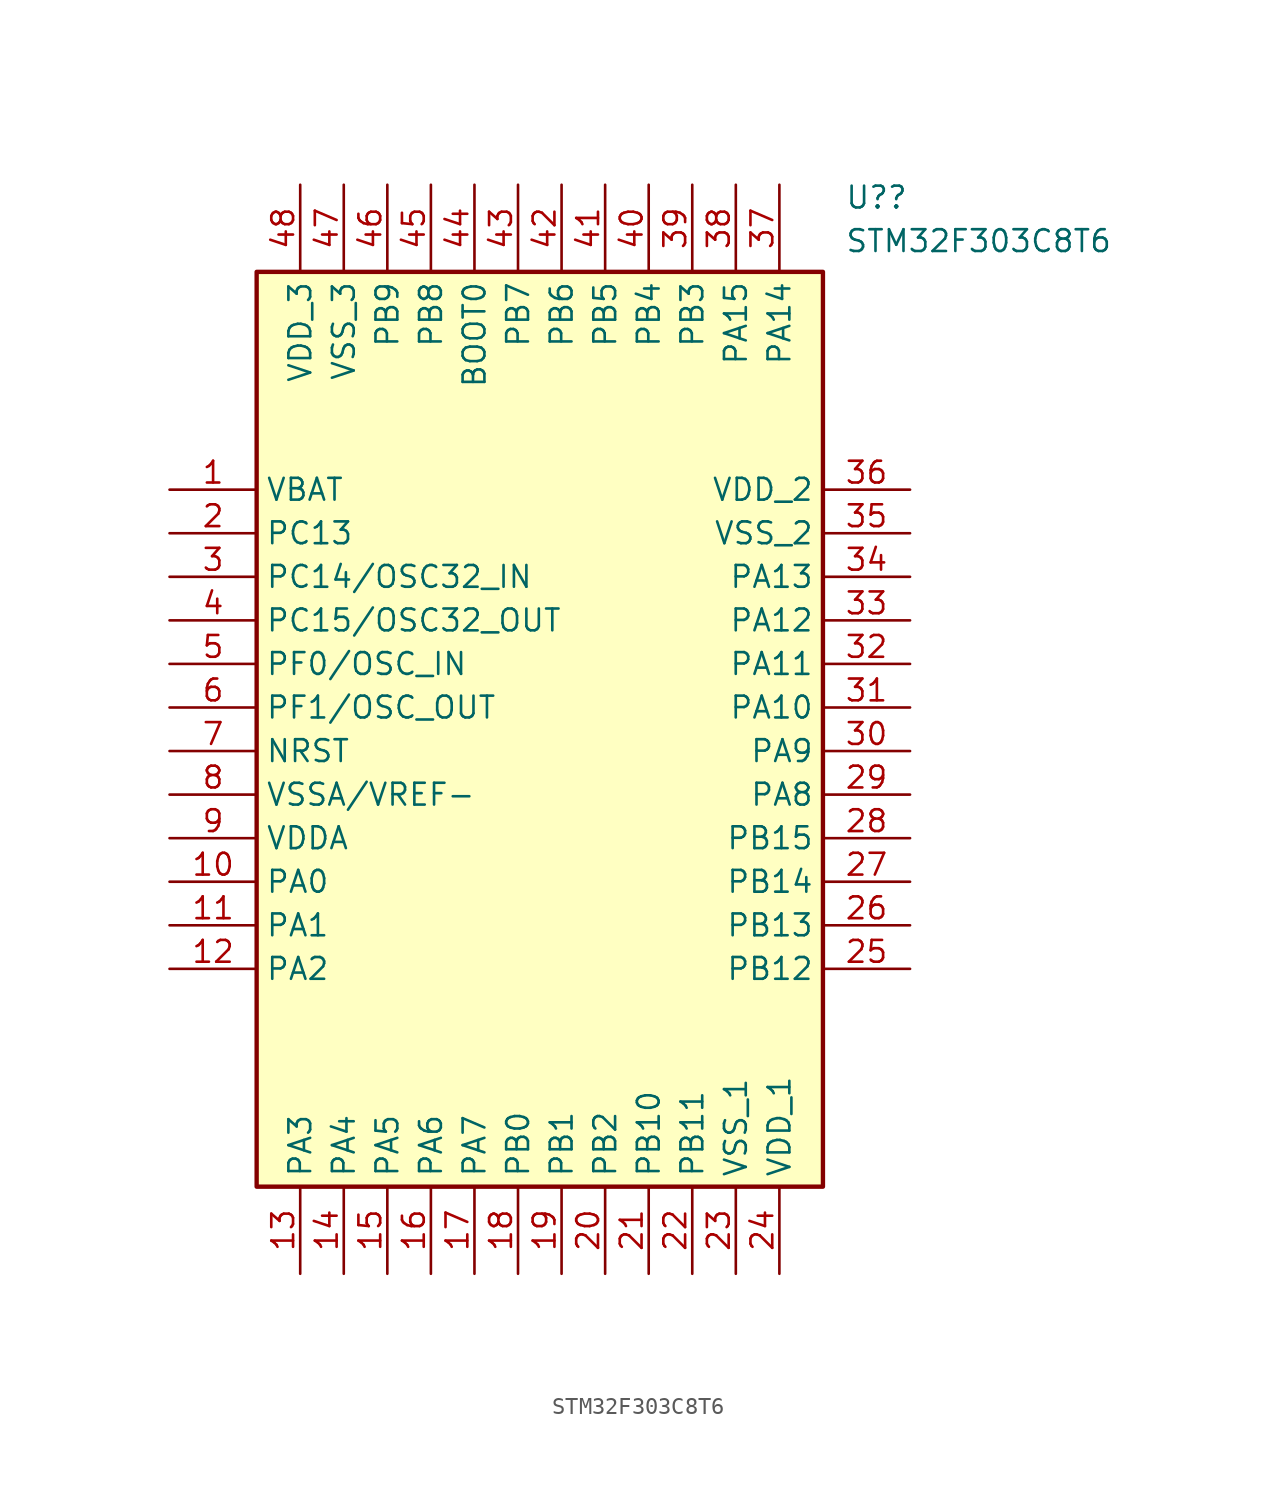
<source format=kicad_sym>
(kicad_symbol_lib
  (version 20220914)
  (generator kicad_symbol_editor)
  (symbol "STM32F303C8T6"
    (property "Reference" "U?"
      (at 39.37 17.78 0)
      (effects (font (size 1.27 1.27)) (justify left top)))
    (property "Value" "STM32F303C8T6"
      (at 39.37 15.24 0)
      (effects (font (size 1.27 1.27)) (justify left top)))
    (symbol "STM32F303C8T6_1_1"
      (rectangle (start 5.08 12.7) (end 38.1 -40.64) (stroke (width 0.254) (type default)) (fill (type background)))
      (pin passive line (at 0 0 0) (length 5.08) (name "VBAT" (effects (font (size 1.27 1.27)))) (number "1" (effects (font (size 1.27 1.27)))))
      (pin passive line (at 0 -22.86 0) (length 5.08) (name "PA0" (effects (font (size 1.27 1.27)))) (number "10" (effects (font (size 1.27 1.27)))))
      (pin passive line (at 0 -25.4 0) (length 5.08) (name "PA1" (effects (font (size 1.27 1.27)))) (number "11" (effects (font (size 1.27 1.27)))))
      (pin passive line (at 0 -27.94 0) (length 5.08) (name "PA2" (effects (font (size 1.27 1.27)))) (number "12" (effects (font (size 1.27 1.27)))))
      (pin passive line (at 7.62 -45.72 90) (length 5.08) (name "PA3" (effects (font (size 1.27 1.27)))) (number "13" (effects (font (size 1.27 1.27)))))
      (pin passive line (at 10.16 -45.72 90) (length 5.08) (name "PA4" (effects (font (size 1.27 1.27)))) (number "14" (effects (font (size 1.27 1.27)))))
      (pin passive line (at 12.7 -45.72 90) (length 5.08) (name "PA5" (effects (font (size 1.27 1.27)))) (number "15" (effects (font (size 1.27 1.27)))))
      (pin passive line (at 15.24 -45.72 90) (length 5.08) (name "PA6" (effects (font (size 1.27 1.27)))) (number "16" (effects (font (size 1.27 1.27)))))
      (pin passive line (at 17.78 -45.72 90) (length 5.08) (name "PA7" (effects (font (size 1.27 1.27)))) (number "17" (effects (font (size 1.27 1.27)))))
      (pin passive line (at 20.32 -45.72 90) (length 5.08) (name "PB0" (effects (font (size 1.27 1.27)))) (number "18" (effects (font (size 1.27 1.27)))))
      (pin passive line (at 22.86 -45.72 90) (length 5.08) (name "PB1" (effects (font (size 1.27 1.27)))) (number "19" (effects (font (size 1.27 1.27)))))
      (pin passive line (at 0 -2.54 0) (length 5.08) (name "PC13" (effects (font (size 1.27 1.27)))) (number "2" (effects (font (size 1.27 1.27)))))
      (pin passive line (at 25.4 -45.72 90) (length 5.08) (name "PB2" (effects (font (size 1.27 1.27)))) (number "20" (effects (font (size 1.27 1.27)))))
      (pin passive line (at 27.94 -45.72 90) (length 5.08) (name "PB10" (effects (font (size 1.27 1.27)))) (number "21" (effects (font (size 1.27 1.27)))))
      (pin passive line (at 30.48 -45.72 90) (length 5.08) (name "PB11" (effects (font (size 1.27 1.27)))) (number "22" (effects (font (size 1.27 1.27)))))
      (pin passive line (at 33.02 -45.72 90) (length 5.08) (name "VSS_1" (effects (font (size 1.27 1.27)))) (number "23" (effects (font (size 1.27 1.27)))))
      (pin passive line (at 35.56 -45.72 90) (length 5.08) (name "VDD_1" (effects (font (size 1.27 1.27)))) (number "24" (effects (font (size 1.27 1.27)))))
      (pin passive line (at 43.18 -27.94 180) (length 5.08) (name "PB12" (effects (font (size 1.27 1.27)))) (number "25" (effects (font (size 1.27 1.27)))))
      (pin passive line (at 43.18 -25.4 180) (length 5.08) (name "PB13" (effects (font (size 1.27 1.27)))) (number "26" (effects (font (size 1.27 1.27)))))
      (pin passive line (at 43.18 -22.86 180) (length 5.08) (name "PB14" (effects (font (size 1.27 1.27)))) (number "27" (effects (font (size 1.27 1.27)))))
      (pin passive line (at 43.18 -20.32 180) (length 5.08) (name "PB15" (effects (font (size 1.27 1.27)))) (number "28" (effects (font (size 1.27 1.27)))))
      (pin passive line (at 43.18 -17.78 180) (length 5.08) (name "PA8" (effects (font (size 1.27 1.27)))) (number "29" (effects (font (size 1.27 1.27)))))
      (pin passive line (at 0 -5.08 0) (length 5.08) (name "PC14/OSC32_IN" (effects (font (size 1.27 1.27)))) (number "3" (effects (font (size 1.27 1.27)))))
      (pin passive line (at 43.18 -15.24 180) (length 5.08) (name "PA9" (effects (font (size 1.27 1.27)))) (number "30" (effects (font (size 1.27 1.27)))))
      (pin passive line (at 43.18 -12.7 180) (length 5.08) (name "PA10" (effects (font (size 1.27 1.27)))) (number "31" (effects (font (size 1.27 1.27)))))
      (pin passive line (at 43.18 -10.16 180) (length 5.08) (name "PA11" (effects (font (size 1.27 1.27)))) (number "32" (effects (font (size 1.27 1.27)))))
      (pin passive line (at 43.18 -7.62 180) (length 5.08) (name "PA12" (effects (font (size 1.27 1.27)))) (number "33" (effects (font (size 1.27 1.27)))))
      (pin passive line (at 43.18 -5.08 180) (length 5.08) (name "PA13" (effects (font (size 1.27 1.27)))) (number "34" (effects (font (size 1.27 1.27)))))
      (pin passive line (at 43.18 -2.54 180) (length 5.08) (name "VSS_2" (effects (font (size 1.27 1.27)))) (number "35" (effects (font (size 1.27 1.27)))))
      (pin passive line (at 43.18 0 180) (length 5.08) (name "VDD_2" (effects (font (size 1.27 1.27)))) (number "36" (effects (font (size 1.27 1.27)))))
      (pin passive line (at 35.56 17.78 270) (length 5.08) (name "PA14" (effects (font (size 1.27 1.27)))) (number "37" (effects (font (size 1.27 1.27)))))
      (pin passive line (at 33.02 17.78 270) (length 5.08) (name "PA15" (effects (font (size 1.27 1.27)))) (number "38" (effects (font (size 1.27 1.27)))))
      (pin passive line (at 30.48 17.78 270) (length 5.08) (name "PB3" (effects (font (size 1.27 1.27)))) (number "39" (effects (font (size 1.27 1.27)))))
      (pin passive line (at 0 -7.62 0) (length 5.08) (name "PC15/OSC32_OUT" (effects (font (size 1.27 1.27)))) (number "4" (effects (font (size 1.27 1.27)))))
      (pin passive line (at 27.94 17.78 270) (length 5.08) (name "PB4" (effects (font (size 1.27 1.27)))) (number "40" (effects (font (size 1.27 1.27)))))
      (pin passive line (at 25.4 17.78 270) (length 5.08) (name "PB5" (effects (font (size 1.27 1.27)))) (number "41" (effects (font (size 1.27 1.27)))))
      (pin passive line (at 22.86 17.78 270) (length 5.08) (name "PB6" (effects (font (size 1.27 1.27)))) (number "42" (effects (font (size 1.27 1.27)))))
      (pin passive line (at 20.32 17.78 270) (length 5.08) (name "PB7" (effects (font (size 1.27 1.27)))) (number "43" (effects (font (size 1.27 1.27)))))
      (pin passive line (at 17.78 17.78 270) (length 5.08) (name "BOOT0" (effects (font (size 1.27 1.27)))) (number "44" (effects (font (size 1.27 1.27)))))
      (pin passive line (at 15.24 17.78 270) (length 5.08) (name "PB8" (effects (font (size 1.27 1.27)))) (number "45" (effects (font (size 1.27 1.27)))))
      (pin passive line (at 12.7 17.78 270) (length 5.08) (name "PB9" (effects (font (size 1.27 1.27)))) (number "46" (effects (font (size 1.27 1.27)))))
      (pin passive line (at 10.16 17.78 270) (length 5.08) (name "VSS_3" (effects (font (size 1.27 1.27)))) (number "47" (effects (font (size 1.27 1.27)))))
      (pin passive line (at 7.62 17.78 270) (length 5.08) (name "VDD_3" (effects (font (size 1.27 1.27)))) (number "48" (effects (font (size 1.27 1.27)))))
      (pin passive line (at 0 -10.16 0) (length 5.08) (name "PF0/OSC_IN" (effects (font (size 1.27 1.27)))) (number "5" (effects (font (size 1.27 1.27)))))
      (pin passive line (at 0 -12.7 0) (length 5.08) (name "PF1/OSC_OUT" (effects (font (size 1.27 1.27)))) (number "6" (effects (font (size 1.27 1.27)))))
      (pin passive line (at 0 -15.24 0) (length 5.08) (name "NRST" (effects (font (size 1.27 1.27)))) (number "7" (effects (font (size 1.27 1.27)))))
      (pin passive line (at 0 -17.78 0) (length 5.08) (name "VSSA/VREF-" (effects (font (size 1.27 1.27)))) (number "8" (effects (font (size 1.27 1.27)))))
      (pin passive line (at 0 -20.32 0) (length 5.08) (name "VDDA" (effects (font (size 1.27 1.27)))) (number "9" (effects (font (size 1.27 1.27))))))))
</source>
